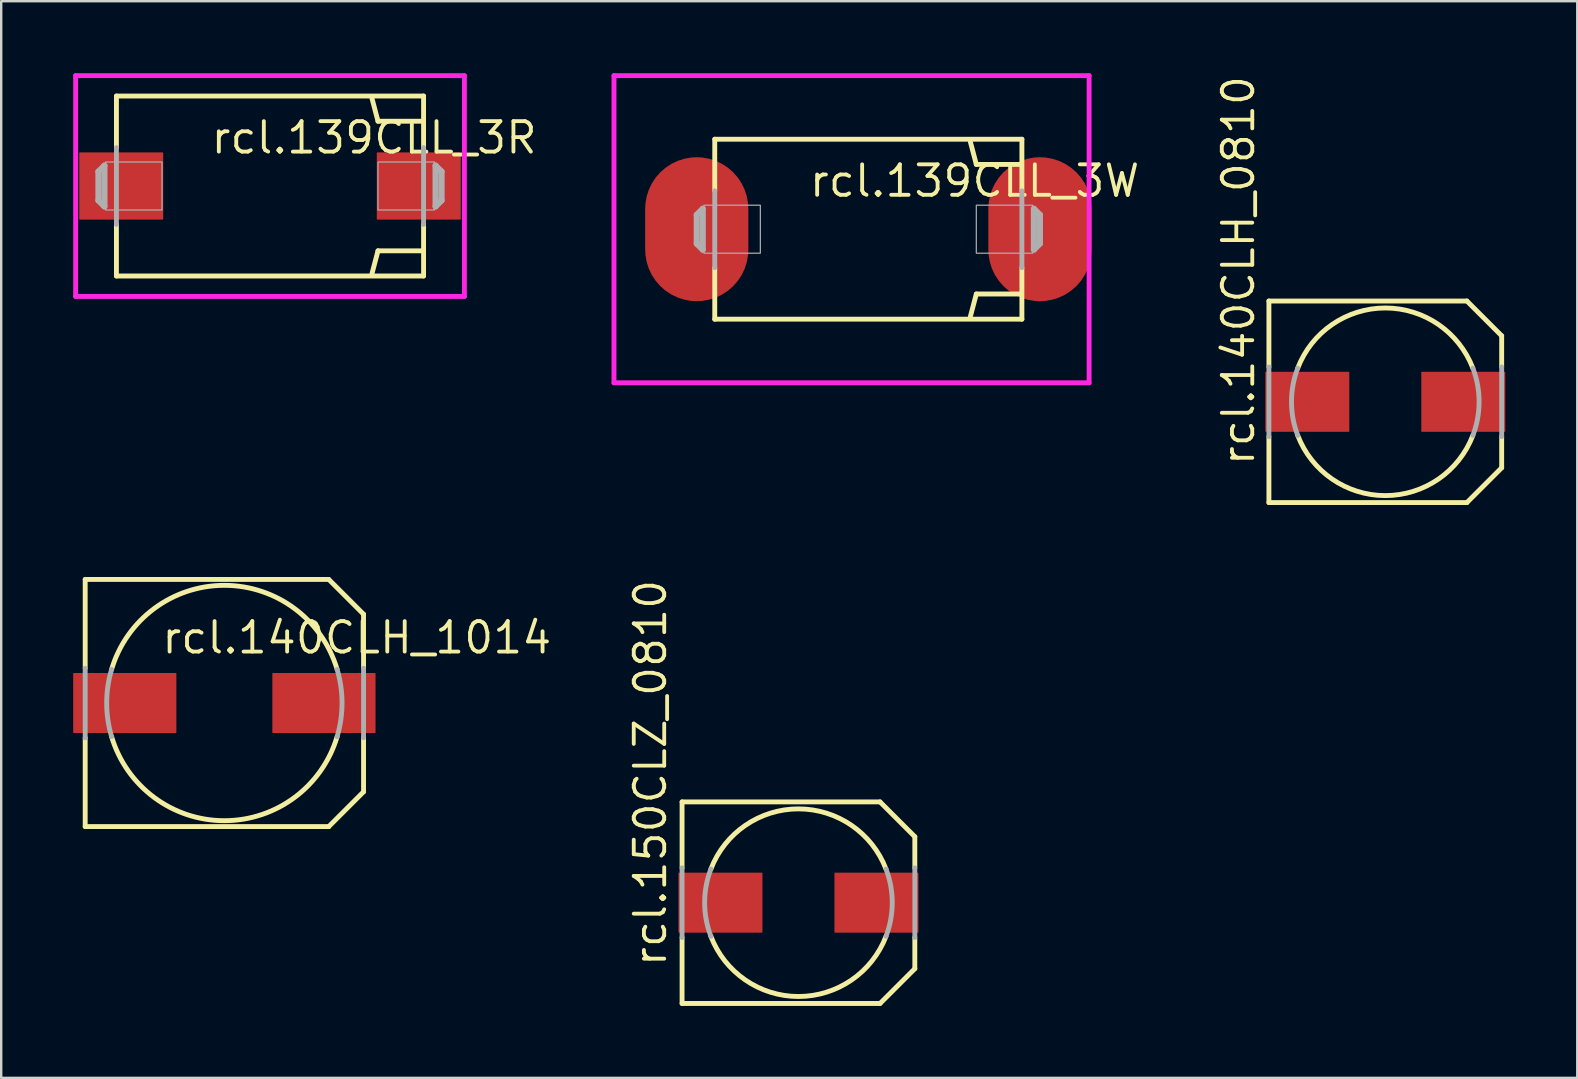
<source format=kicad_pcb>
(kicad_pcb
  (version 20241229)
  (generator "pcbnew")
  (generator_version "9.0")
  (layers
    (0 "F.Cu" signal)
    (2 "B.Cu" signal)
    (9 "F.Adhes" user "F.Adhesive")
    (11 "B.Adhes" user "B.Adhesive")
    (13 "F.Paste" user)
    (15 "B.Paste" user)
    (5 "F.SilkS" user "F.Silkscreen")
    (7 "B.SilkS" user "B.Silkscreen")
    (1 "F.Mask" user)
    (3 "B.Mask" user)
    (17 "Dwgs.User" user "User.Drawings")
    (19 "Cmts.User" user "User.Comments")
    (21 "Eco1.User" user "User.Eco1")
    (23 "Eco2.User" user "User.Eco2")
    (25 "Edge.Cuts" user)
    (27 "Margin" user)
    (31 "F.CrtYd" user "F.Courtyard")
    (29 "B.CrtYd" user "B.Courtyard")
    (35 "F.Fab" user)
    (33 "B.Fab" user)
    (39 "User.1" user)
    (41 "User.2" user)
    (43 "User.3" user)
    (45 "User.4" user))
  (footprint "rcl.140CLH_0810"
    (layer "F.Cu")
    (at 54.68 13.694)
    (property "Reference" "rcl.140CLH_0810" (at -5.38 2.74 90) (layer "F.SilkS") (effects (font (size 1.27 1.27) (thickness 0.16)) (justify left bottom)))
    (attr smd)
    (fp_line (start -4.85 -4.2) (end 3.4 -4.2) (stroke (width 0.203) (type default)) (layer "F.SilkS"))
    (fp_line (start -4.85 -1.45) (end -4.85 -4.2) (stroke (width 0.203) (type default)) (layer "F.SilkS"))
    (fp_line (start -4.85 4.2) (end -4.85 1.45) (stroke (width 0.203) (type default)) (layer "F.SilkS"))
    (fp_line (start 3.4 4.2) (end -4.85 4.2) (stroke (width 0.203) (type default)) (layer "F.SilkS"))
    (fp_line (start 4.85 -2.75) (end 3.4 -4.2) (stroke (width 0.203) (type default)) (layer "F.SilkS"))
    (fp_line (start 4.85 -2.75) (end 4.85 -1.45) (stroke (width 0.203) (type default)) (layer "F.SilkS"))
    (fp_line (start 4.85 1.45) (end 4.85 2.75) (stroke (width 0.203) (type default)) (layer "F.SilkS"))
    (fp_line (start 4.85 2.75) (end 3.4 4.2) (stroke (width 0.203) (type default)) (layer "F.SilkS"))
    (fp_arc (start -3.65 -1.4) (mid 0 -3.909284) (end 3.65 -1.4) (stroke (width 0.2032) (type default)) (layer "F.SilkS"))
    (fp_arc (start 3.65 1.4) (mid 0 3.909284) (end -3.65 1.4) (stroke (width 0.2032) (type default)) (layer "F.SilkS"))
    (fp_line (start -4.85 1.45) (end -4.85 -1.45) (stroke (width 0.203) (type default)) (layer "F.Fab"))
    (fp_line (start 4.85 -1.45) (end 4.85 1.45) (stroke (width 0.203) (type default)) (layer "F.Fab"))
    (fp_arc (start -3.65 1.4) (mid -3.909284 0) (end -3.65 -1.4) (stroke (width 0.2032) (type default)) (layer "F.Fab"))
    (fp_arc (start 3.65 -1.4) (mid 3.909284 0) (end 3.65 1.4) (stroke (width 0.2032) (type default)) (layer "F.Fab"))
    (pad "+" smd roundrect (at 3.25 0) (size 3.5 2.5) (layers "F.Cu" "F.Mask" "F.Paste") (roundrect_rratio 0.01))
    (pad "-" smd roundrect (at -3.25 0) (size 3.5 2.5) (layers "F.Cu" "F.Mask" "F.Paste") (roundrect_rratio 0.01)))
  (footprint "rcl.150CLZ_0810"
    (layer "F.Cu")
    (at 30.224 34.568)
    (property "Reference" "rcl.150CLZ_0810" (at -5.43 2.74 90) (layer "F.SilkS") (effects (font (size 1.27 1.27) (thickness 0.16)) (justify left bottom)))
    (attr smd)
    (fp_line (start -4.85 -4.2) (end 3.4 -4.2) (stroke (width 0.203) (type default)) (layer "F.SilkS"))
    (fp_line (start -4.85 -1.45) (end -4.85 -4.2) (stroke (width 0.203) (type default)) (layer "F.SilkS"))
    (fp_line (start -4.85 4.2) (end -4.85 1.45) (stroke (width 0.203) (type default)) (layer "F.SilkS"))
    (fp_line (start 3.4 4.2) (end -4.85 4.2) (stroke (width 0.203) (type default)) (layer "F.SilkS"))
    (fp_line (start 4.85 -2.75) (end 3.4 -4.2) (stroke (width 0.203) (type default)) (layer "F.SilkS"))
    (fp_line (start 4.85 -2.75) (end 4.85 -1.45) (stroke (width 0.203) (type default)) (layer "F.SilkS"))
    (fp_line (start 4.85 1.45) (end 4.85 2.75) (stroke (width 0.203) (type default)) (layer "F.SilkS"))
    (fp_line (start 4.85 2.75) (end 3.4 4.2) (stroke (width 0.203) (type default)) (layer "F.SilkS"))
    (fp_arc (start -3.65 -1.4) (mid 0 -3.909284) (end 3.65 -1.4) (stroke (width 0.2032) (type default)) (layer "F.SilkS"))
    (fp_arc (start 3.65 1.4) (mid 0 3.909284) (end -3.65 1.4) (stroke (width 0.2032) (type default)) (layer "F.SilkS"))
    (fp_line (start -4.85 1.45) (end -4.85 -1.45) (stroke (width 0.203) (type default)) (layer "F.Fab"))
    (fp_line (start 4.85 -1.45) (end 4.85 1.45) (stroke (width 0.203) (type default)) (layer "F.Fab"))
    (fp_arc (start -3.65 1.4) (mid -3.909284 0) (end -3.65 -1.4) (stroke (width 0.2032) (type default)) (layer "F.Fab"))
    (fp_arc (start 3.65 -1.4) (mid 3.909284 0) (end 3.65 1.4) (stroke (width 0.2032) (type default)) (layer "F.Fab"))
    (pad "+" smd roundrect (at 3.25 0) (size 3.5 2.5) (layers "F.Cu" "F.Mask" "F.Paste") (roundrect_rratio 0.01))
    (pad "-" smd roundrect (at -3.25 0) (size 3.5 2.5) (layers "F.Cu" "F.Mask" "F.Paste") (roundrect_rratio 0.01)))
  (footprint "rcl.139CLL_3R"
    (layer "F.Cu")
    (at 8.202 4.702)
    (property "Reference" "rcl.139CLL_3R" (at -2.54 -1.27 0) (layer "F.SilkS") (effects (font (size 1.27 1.27) (thickness 0.16)) (justify left bottom)))
    (attr smd)
    (fp_line (start -6.4 -3.75) (end 6.4 -3.75) (stroke (width 0.203) (type default)) (layer "F.SilkS"))
    (fp_line (start -6.4 -1.6) (end -6.4 -3.75) (stroke (width 0.203) (type default)) (layer "F.SilkS"))
    (fp_line (start -6.4 3.75) (end -6.4 1.6) (stroke (width 0.203) (type default)) (layer "F.SilkS"))
    (fp_line (start 4.5 -2.7) (end 4.25 -3.65) (stroke (width 0.203) (type default)) (layer "F.SilkS"))
    (fp_line (start 4.5 2.7) (end 4.25 3.65) (stroke (width 0.203) (type default)) (layer "F.SilkS"))
    (fp_line (start 6.35 -2.7) (end 4.5 -2.7) (stroke (width 0.203) (type default)) (layer "F.SilkS"))
    (fp_line (start 6.35 2.7) (end 4.5 2.7) (stroke (width 0.203) (type default)) (layer "F.SilkS"))
    (fp_line (start 6.4 -3.75) (end 6.4 -1.6) (stroke (width 0.203) (type default)) (layer "F.SilkS"))
    (fp_line (start 6.4 1.6) (end 6.4 3.75) (stroke (width 0.203) (type default)) (layer "F.SilkS"))
    (fp_line (start 6.4 3.75) (end -6.4 3.75) (stroke (width 0.203) (type default)) (layer "F.SilkS"))
    (fp_line (start -8.1 -4.6) (end -8.1 4.6) (stroke (width 0.203) (type default)) (layer "F.CrtYd"))
    (fp_line (start -8.1 4.6) (end 8.1 4.6) (stroke (width 0.203) (type default)) (layer "F.CrtYd"))
    (fp_line (start 8.1 -4.6) (end -8.1 -4.6) (stroke (width 0.203) (type default)) (layer "F.CrtYd"))
    (fp_line (start 8.1 4.6) (end 8.1 -4.6) (stroke (width 0.203) (type default)) (layer "F.CrtYd"))
    (fp_line (start -7.15 -0.6) (end -6.9 -0.85) (stroke (width 0.254) (type default)) (layer "F.Fab"))
    (fp_line (start -7.15 0.6) (end -7.15 -0.6) (stroke (width 0.254) (type default)) (layer "F.Fab"))
    (fp_line (start -6.9 -0.85) (end -6.9 0.85) (stroke (width 0.254) (type default)) (layer "F.Fab"))
    (fp_line (start -6.9 0.85) (end -7.15 0.6) (stroke (width 0.254) (type default)) (layer "F.Fab"))
    (fp_line (start -6.4 1.6) (end -6.4 -1.6) (stroke (width 0.203) (type default)) (layer "F.Fab"))
    (fp_line (start 6.4 -1.6) (end 6.4 1.6) (stroke (width 0.203) (type default)) (layer "F.Fab"))
    (fp_line (start 6.9 -0.85) (end 7.15 -0.6) (stroke (width 0.254) (type default)) (layer "F.Fab"))
    (fp_line (start 6.9 0.85) (end 6.9 -0.85) (stroke (width 0.254) (type default)) (layer "F.Fab"))
    (fp_line (start 7.15 -0.6) (end 7.15 0.6) (stroke (width 0.254) (type default)) (layer "F.Fab"))
    (fp_line (start 7.15 0.6) (end 6.9 0.85) (stroke (width 0.254) (type default)) (layer "F.Fab"))
    (fp_rect (start -6.85 1) (end -4.5 -1) (stroke (width 0.05) (type default)) (fill no) (layer "F.Fab"))
    (fp_rect (start 4.5 1) (end 6.85 -1) (stroke (width 0.05) (type default)) (fill no) (layer "F.Fab"))
    (pad "+" smd roundrect (at 6.2 0) (size 3.5 2.8) (layers "F.Cu" "F.Mask" "F.Paste") (roundrect_rratio 0.01))
    (pad "-" smd roundrect (at -6.2 0) (size 3.5 2.8) (layers "F.Cu" "F.Mask" "F.Paste") (roundrect_rratio 0.01)))
  (footprint "rcl.140CLH_1014"
    (layer "F.Cu")
    (at 6.3 26.247)
    (property "Reference" "rcl.140CLH_1014" (at -2.69 -1.98 0) (layer "F.SilkS") (effects (font (size 1.27 1.27) (thickness 0.16)) (justify left bottom)))
    (attr smd)
    (fp_line (start -5.8 -5.15) (end 4.35 -5.15) (stroke (width 0.203) (type default)) (layer "F.SilkS"))
    (fp_line (start -5.8 -1.45) (end -5.8 -5.15) (stroke (width 0.203) (type default)) (layer "F.SilkS"))
    (fp_line (start -5.8 5.15) (end -5.8 1.45) (stroke (width 0.203) (type default)) (layer "F.SilkS"))
    (fp_line (start 4.35 5.15) (end -5.8 5.15) (stroke (width 0.203) (type default)) (layer "F.SilkS"))
    (fp_line (start 5.8 -3.7) (end 4.35 -5.15) (stroke (width 0.203) (type default)) (layer "F.SilkS"))
    (fp_line (start 5.8 -3.7) (end 5.8 -1.45) (stroke (width 0.203) (type default)) (layer "F.SilkS"))
    (fp_line (start 5.8 1.45) (end 5.8 3.7) (stroke (width 0.203) (type default)) (layer "F.SilkS"))
    (fp_line (start 5.8 3.7) (end 4.35 5.15) (stroke (width 0.203) (type default)) (layer "F.SilkS"))
    (fp_arc (start -4.7 -1.4) (mid 0 -4.90408) (end 4.7 -1.4) (stroke (width 0.2032) (type default)) (layer "F.SilkS"))
    (fp_arc (start 4.7 1.4) (mid 0 4.90408) (end -4.7 1.4) (stroke (width 0.2032) (type default)) (layer "F.SilkS"))
    (fp_line (start -5.8 1.45) (end -5.8 -1.45) (stroke (width 0.203) (type default)) (layer "F.Fab"))
    (fp_line (start 5.8 -1.45) (end 5.8 1.45) (stroke (width 0.203) (type default)) (layer "F.Fab"))
    (fp_arc (start -4.7 1.4) (mid -4.90408 0) (end -4.7 -1.4) (stroke (width 0.2032) (type default)) (layer "F.Fab"))
    (fp_arc (start 4.7 -1.4) (mid 4.90408 0) (end 4.7 1.4) (stroke (width 0.2032) (type default)) (layer "F.Fab"))
    (pad "+" smd roundrect (at 4.15 0) (size 4.3 2.5) (layers "F.Cu" "F.Mask" "F.Paste") (roundrect_rratio 0.01))
    (pad "-" smd roundrect (at -4.15 0) (size 4.3 2.5) (layers "F.Cu" "F.Mask" "F.Paste") (roundrect_rratio 0.01)))
  (footprint "rcl.139CLL_3W"
    (layer "F.Cu")
    (at 33.136 6.502)
    (property "Reference" "rcl.139CLL_3W" (at -2.54 -1.27 0) (layer "F.SilkS") (effects (font (size 1.27 1.27) (thickness 0.16)) (justify left bottom)))
    (attr smd)
    (fp_line (start -6.4 -3.75) (end 6.4 -3.75) (stroke (width 0.203) (type default)) (layer "F.SilkS"))
    (fp_line (start -6.4 -1.6) (end -6.4 -3.75) (stroke (width 0.203) (type default)) (layer "F.SilkS"))
    (fp_line (start -6.4 3.75) (end -6.4 1.6) (stroke (width 0.203) (type default)) (layer "F.SilkS"))
    (fp_line (start 4.5 -2.7) (end 4.25 -3.65) (stroke (width 0.203) (type default)) (layer "F.SilkS"))
    (fp_line (start 4.5 2.7) (end 4.25 3.65) (stroke (width 0.203) (type default)) (layer "F.SilkS"))
    (fp_line (start 6.35 -2.7) (end 4.5 -2.7) (stroke (width 0.203) (type default)) (layer "F.SilkS"))
    (fp_line (start 6.35 2.7) (end 4.5 2.7) (stroke (width 0.203) (type default)) (layer "F.SilkS"))
    (fp_line (start 6.4 -3.75) (end 6.4 -1.6) (stroke (width 0.203) (type default)) (layer "F.SilkS"))
    (fp_line (start 6.4 1.6) (end 6.4 3.75) (stroke (width 0.203) (type default)) (layer "F.SilkS"))
    (fp_line (start 6.4 3.75) (end -6.4 3.75) (stroke (width 0.203) (type default)) (layer "F.SilkS"))
    (fp_line (start -10.6 -6.4) (end -10.6 6.4) (stroke (width 0.203) (type default)) (layer "F.CrtYd"))
    (fp_line (start -10.6 6.4) (end 9.2 6.4) (stroke (width 0.203) (type default)) (layer "F.CrtYd"))
    (fp_line (start 9.2 -6.4) (end -10.6 -6.4) (stroke (width 0.203) (type default)) (layer "F.CrtYd"))
    (fp_line (start 9.2 6.4) (end 9.2 -6.4) (stroke (width 0.203) (type default)) (layer "F.CrtYd"))
    (fp_line (start -7.15 -0.6) (end -6.9 -0.85) (stroke (width 0.254) (type default)) (layer "F.Fab"))
    (fp_line (start -7.15 0.6) (end -7.15 -0.6) (stroke (width 0.254) (type default)) (layer "F.Fab"))
    (fp_line (start -6.9 -0.85) (end -6.9 0.85) (stroke (width 0.254) (type default)) (layer "F.Fab"))
    (fp_line (start -6.9 0.85) (end -7.15 0.6) (stroke (width 0.254) (type default)) (layer "F.Fab"))
    (fp_line (start -6.4 1.6) (end -6.4 -1.6) (stroke (width 0.203) (type default)) (layer "F.Fab"))
    (fp_line (start 6.4 -1.6) (end 6.4 1.6) (stroke (width 0.203) (type default)) (layer "F.Fab"))
    (fp_line (start 6.9 -0.85) (end 7.15 -0.6) (stroke (width 0.254) (type default)) (layer "F.Fab"))
    (fp_line (start 6.9 0.85) (end 6.9 -0.85) (stroke (width 0.254) (type default)) (layer "F.Fab"))
    (fp_line (start 7.15 -0.6) (end 7.15 0.6) (stroke (width 0.254) (type default)) (layer "F.Fab"))
    (fp_line (start 7.15 0.6) (end 6.9 0.85) (stroke (width 0.254) (type default)) (layer "F.Fab"))
    (fp_rect (start -6.85 1) (end -4.5 -1) (stroke (width 0.05) (type default)) (fill no) (layer "F.Fab"))
    (fp_rect (start 4.5 1) (end 6.85 -1) (stroke (width 0.05) (type default)) (fill no) (layer "F.Fab"))
    (pad "+" smd roundrect (at 7.15 0) (size 4.3 6) (layers "F.Cu" "F.Mask" "F.Paste") (roundrect_rratio 0.5))
    (pad "-" smd roundrect (at -7.15 0) (size 4.3 6) (layers "F.Cu" "F.Mask" "F.Paste") (roundrect_rratio 0.5)))
  (gr_rect
    (start -3 -3)
    (end 62.68 41.869)
    (stroke (width 0.1) (type default))
    (fill no)
    (layer "Edge.Cuts")))
</source>
